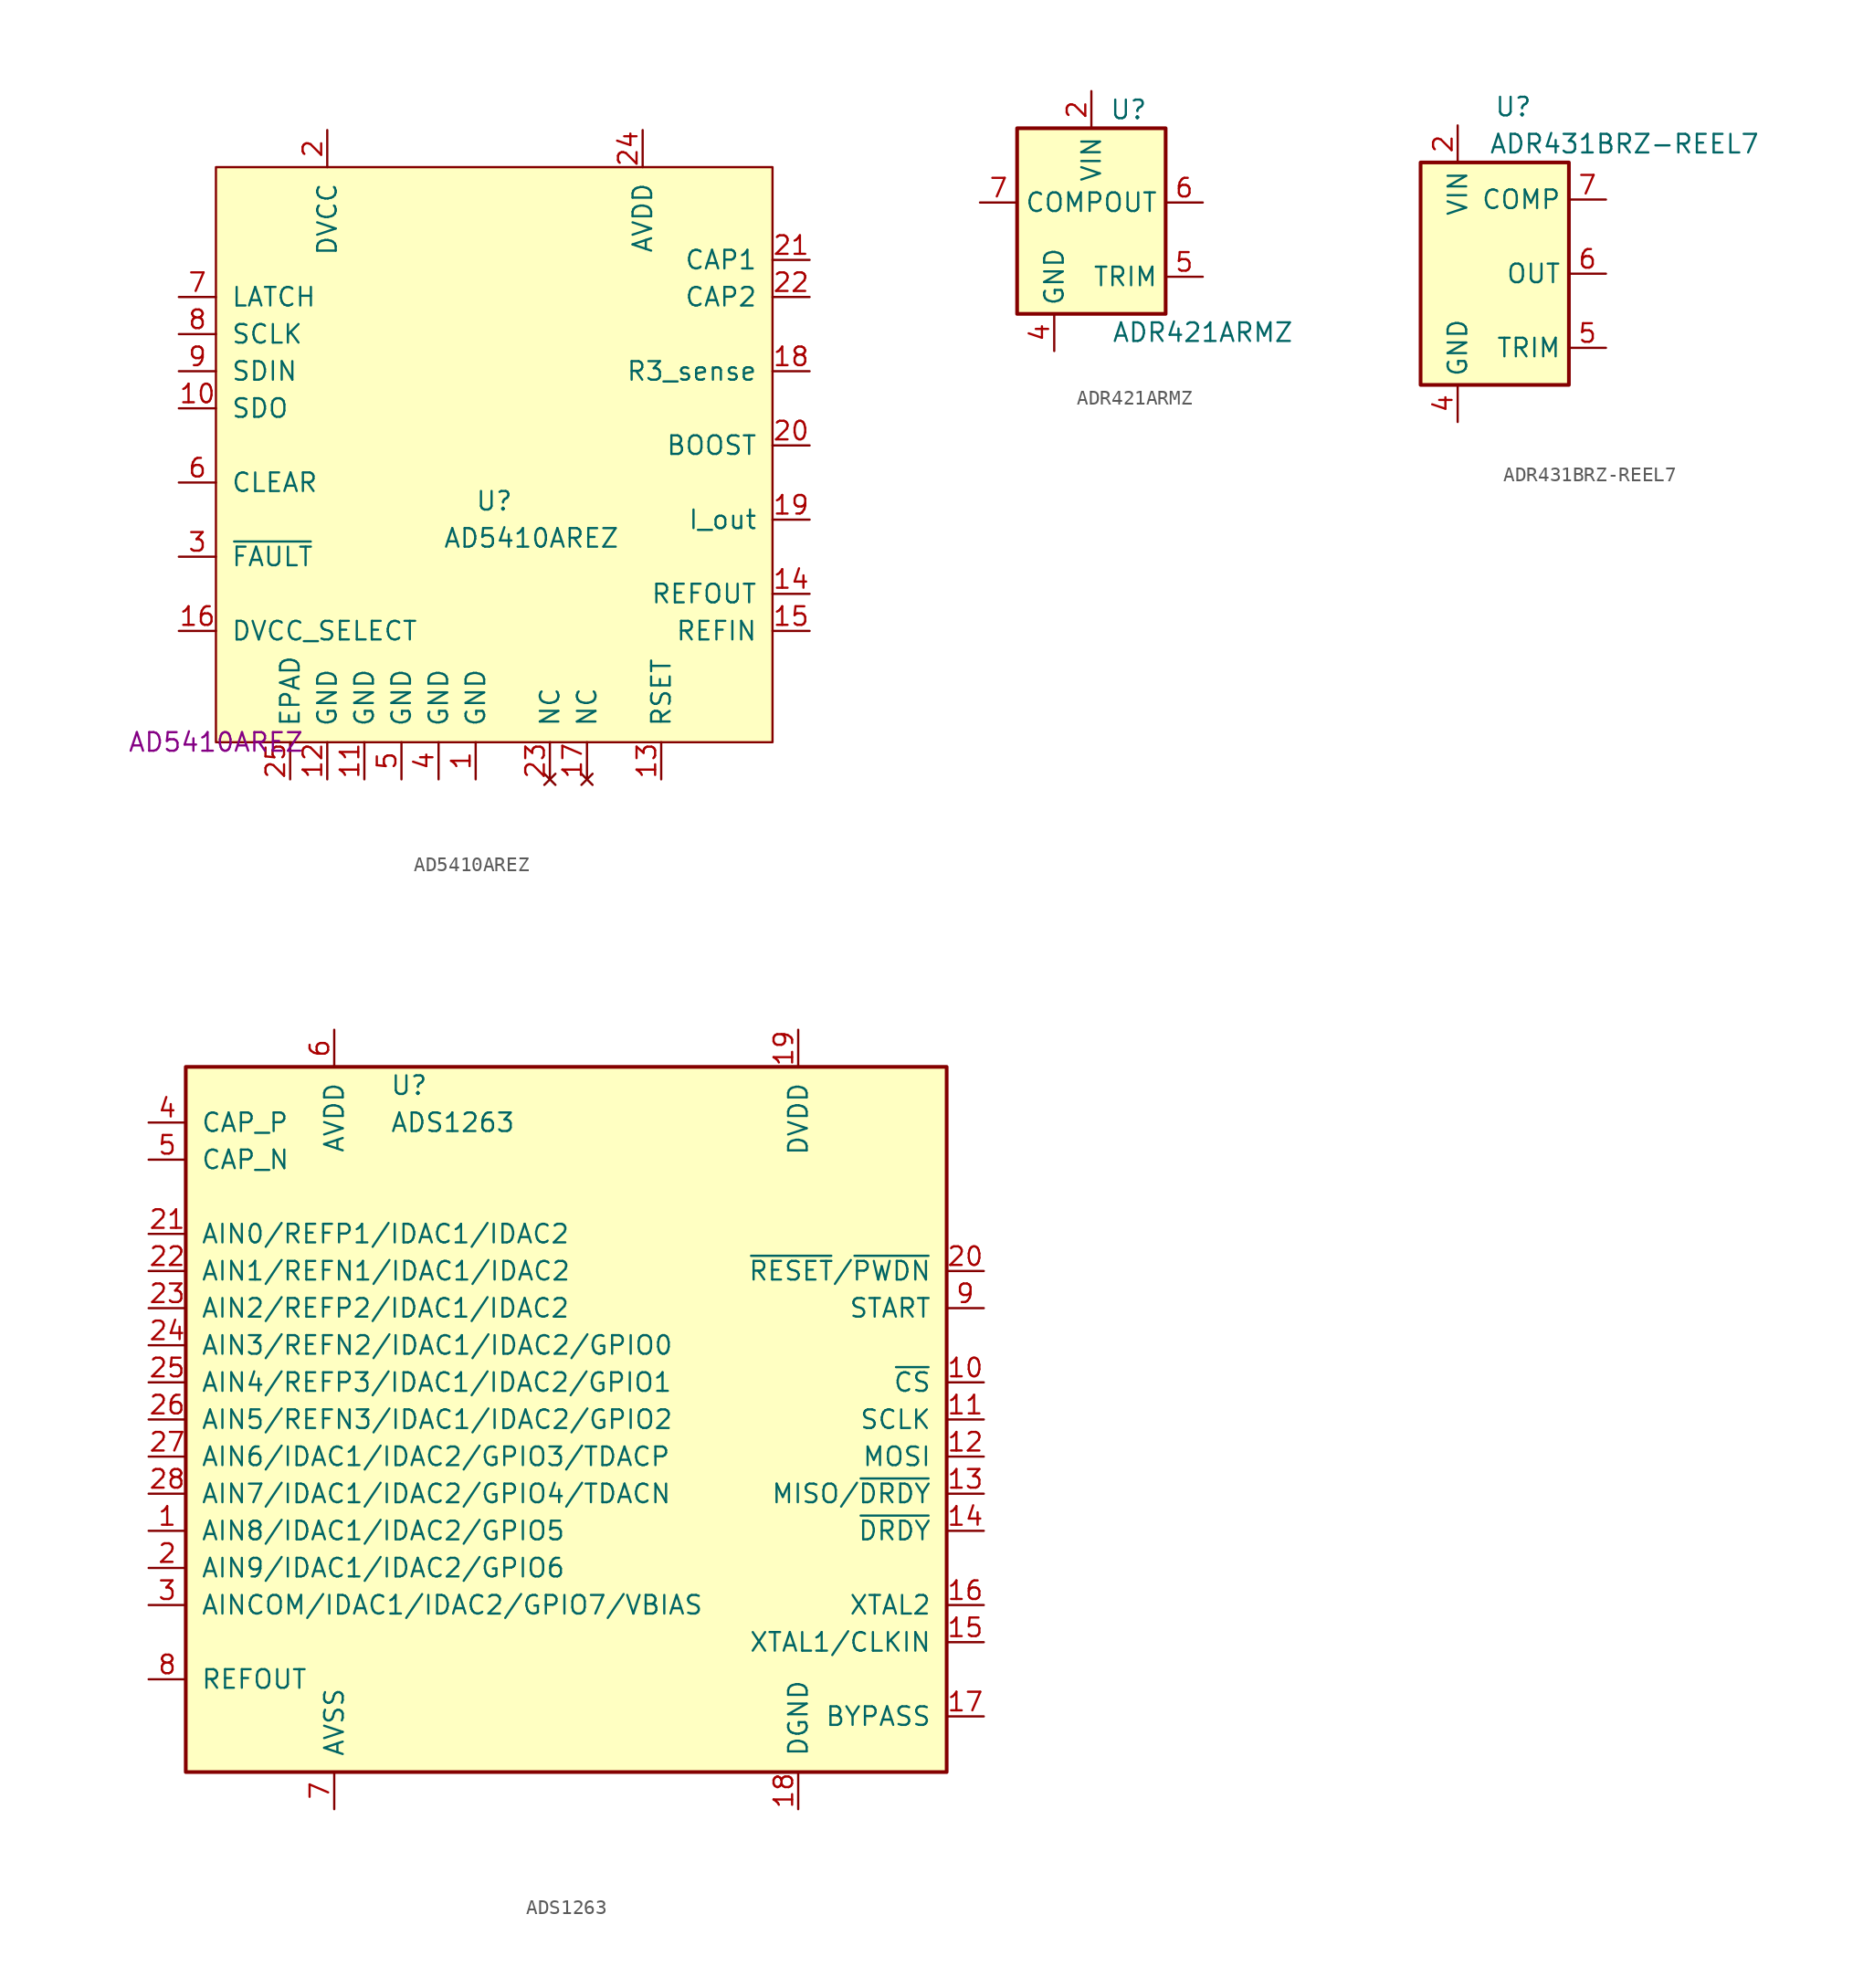
<source format=kicad_sym>
(kicad_symbol_lib
  (version 20220914)
  (generator kicad_symbol_editor)
  (symbol "AD5410AREZ"
    (pin_names
      (offset 1.016))
    (property "Reference" "U"
      (at 19.05 16.51 0)
      (effects (font (size 1.27 1.27))))
    (property "Value" "AD5410AREZ"
      (at 21.59 13.97 0)
      (effects (font (size 1.27 1.27))))
    (property "MPN" "AD5410AREZ"
      (at 0 0 0)
      (effects (font (size 1.27 1.27))))
    (symbol "AD5410AREZ_0_0"
      (pin output line (at 40.64 25.4 180) (length 2.54) (name "R3_sense" (effects (font (size 1.27 1.27)))) (number "18" (effects (font (size 1.27 1.27))))))
    (symbol "AD5410AREZ_0_1"
      (rectangle (start 0 39.37) (end 38.1 0) (stroke (width 0) (type default)) (fill (type background))))
    (symbol "AD5410AREZ_1_1"
      (pin power_in line (at 17.78 -2.54 90) (length 2.54) (name "GND" (effects (font (size 1.27 1.27)))) (number "1" (effects (font (size 1.27 1.27)))))
      (pin input line (at -2.54 22.86 0) (length 2.54) (name "SDO" (effects (font (size 1.27 1.27)))) (number "10" (effects (font (size 1.27 1.27)))))
      (pin power_in line (at 10.16 -2.54 90) (length 2.54) (name "GND" (effects (font (size 1.27 1.27)))) (number "11" (effects (font (size 1.27 1.27)))))
      (pin power_in line (at 7.62 -2.54 90) (length 2.54) (name "GND" (effects (font (size 1.27 1.27)))) (number "12" (effects (font (size 1.27 1.27)))))
      (pin passive line (at 30.48 -2.54 90) (length 2.54) (name "RSET" (effects (font (size 1.27 1.27)))) (number "13" (effects (font (size 1.27 1.27)))))
      (pin output line (at 40.64 10.16 180) (length 2.54) (name "REFOUT" (effects (font (size 1.27 1.27)))) (number "14" (effects (font (size 1.27 1.27)))))
      (pin input line (at 40.64 7.62 180) (length 2.54) (name "REFIN" (effects (font (size 1.27 1.27)))) (number "15" (effects (font (size 1.27 1.27)))))
      (pin input line (at -2.54 7.62 0) (length 2.54) (name "DVCC_SELECT" (effects (font (size 1.27 1.27)))) (number "16" (effects (font (size 1.27 1.27)))))
      (pin no_connect line (at 25.4 -2.54 90) (length 2.54) (name "NC" (effects (font (size 1.27 1.27)))) (number "17" (effects (font (size 1.27 1.27)))))
      (pin output line (at 40.64 15.24 180) (length 2.54) (name "I_out" (effects (font (size 1.27 1.27)))) (number "19" (effects (font (size 1.27 1.27)))))
      (pin power_in line (at 7.62 41.91 270) (length 2.54) (name "DVCC" (effects (font (size 1.27 1.27)))) (number "2" (effects (font (size 1.27 1.27)))))
      (pin output line (at 40.64 20.32 180) (length 2.54) (name "BOOST" (effects (font (size 1.27 1.27)))) (number "20" (effects (font (size 1.27 1.27)))))
      (pin passive line (at 40.64 33.02 180) (length 2.54) (name "CAP1" (effects (font (size 1.27 1.27)))) (number "21" (effects (font (size 1.27 1.27)))))
      (pin passive line (at 40.64 30.48 180) (length 2.54) (name "CAP2" (effects (font (size 1.27 1.27)))) (number "22" (effects (font (size 1.27 1.27)))))
      (pin no_connect line (at 22.86 -2.54 90) (length 2.54) (name "NC" (effects (font (size 1.27 1.27)))) (number "23" (effects (font (size 1.27 1.27)))))
      (pin power_in line (at 29.21 41.91 270) (length 2.54) (name "AVDD" (effects (font (size 1.27 1.27)))) (number "24" (effects (font (size 1.27 1.27)))))
      (pin power_in line (at 5.08 -2.54 90) (length 2.54) (name "EPAD" (effects (font (size 1.27 1.27)))) (number "25" (effects (font (size 1.27 1.27)))))
      (pin open_collector line (at -2.54 12.7 0) (length 2.54) (name "~{FAULT}" (effects (font (size 1.27 1.27)))) (number "3" (effects (font (size 1.27 1.27)))))
      (pin power_in line (at 15.24 -2.54 90) (length 2.54) (name "GND" (effects (font (size 1.27 1.27)))) (number "4" (effects (font (size 1.27 1.27)))))
      (pin power_in line (at 12.7 -2.54 90) (length 2.54) (name "GND" (effects (font (size 1.27 1.27)))) (number "5" (effects (font (size 1.27 1.27)))))
      (pin input line (at -2.54 17.78 0) (length 2.54) (name "CLEAR" (effects (font (size 1.27 1.27)))) (number "6" (effects (font (size 1.27 1.27)))))
      (pin input line (at -2.54 30.48 0) (length 2.54) (name "LATCH" (effects (font (size 1.27 1.27)))) (number "7" (effects (font (size 1.27 1.27)))))
      (pin input line (at -2.54 27.94 0) (length 2.54) (name "SCLK" (effects (font (size 1.27 1.27)))) (number "8" (effects (font (size 1.27 1.27)))))
      (pin input line (at -2.54 25.4 0) (length 2.54) (name "SDIN" (effects (font (size 1.27 1.27)))) (number "9" (effects (font (size 1.27 1.27)))))))
  (symbol "ADR421ARMZ"
    (property "Reference" "U"
      (at 2.54 8.89 0)
      (effects (font (size 1.27 1.27))))
    (property "Value" "ADR421ARMZ"
      (at 7.62 -6.35 0)
      (effects (font (size 1.27 1.27))))
    (symbol "ADR421ARMZ_0_1"
      (rectangle (start 5.08 -5.08) (end -5.08 7.62) (stroke (width 0.254) (type default)) (fill (type background)))
      (pin no_connect line (at -5.08 0 0) (length 2.54) hide (name "TP" (effects (font (size 1.27 1.27)))) (number "1" (effects (font (size 1.27 1.27)))))
      (pin power_in line (at 0 10.16 270) (length 2.54) (name "VIN" (effects (font (size 1.27 1.27)))) (number "2" (effects (font (size 1.27 1.27)))))
      (pin no_connect line (at 5.08 0 180) (length 2.54) hide (name "NC" (effects (font (size 1.27 1.27)))) (number "3" (effects (font (size 1.27 1.27)))))
      (pin power_in line (at -2.54 -7.62 90) (length 2.54) (name "GND" (effects (font (size 1.27 1.27)))) (number "4" (effects (font (size 1.27 1.27)))))
      (pin passive line (at 7.62 -2.54 180) (length 2.54) (name "TRIM" (effects (font (size 1.27 1.27)))) (number "5" (effects (font (size 1.27 1.27)))))
      (pin output line (at 7.62 2.54 180) (length 2.54) (name "OUT" (effects (font (size 1.27 1.27)))) (number "6" (effects (font (size 1.27 1.27)))))
      (pin passive line (at -7.62 2.54 0) (length 2.54) (name "COMP" (effects (font (size 1.27 1.27)))) (number "7" (effects (font (size 1.27 1.27)))))
      (pin no_connect line (at -5.08 -2.54 0) (length 2.54) hide (name "TP" (effects (font (size 1.27 1.27)))) (number "8" (effects (font (size 1.27 1.27)))))))
  (symbol "ADR431BRZ-REEL7"
    (property "Reference" "U"
      (at 1.27 13.97 0)
      (effects (font (size 1.27 1.27))))
    (property "Value" "ADR431BRZ-REEL7"
      (at 8.89 11.43 0)
      (effects (font (size 1.27 1.27))))
    (symbol "ADR431BRZ-REEL7_0_1"
      (rectangle (start 5.08 -5.08) (end -5.08 10.16) (stroke (width 0.254) (type default)) (fill (type background)))
      (pin no_connect line (at -5.08 0 0) (length 2.54) hide (name "TP" (effects (font (size 1.27 1.27)))) (number "1" (effects (font (size 1.27 1.27)))))
      (pin power_in line (at -2.54 12.7 270) (length 2.54) (name "VIN" (effects (font (size 1.27 1.27)))) (number "2" (effects (font (size 1.27 1.27)))))
      (pin no_connect line (at 5.08 0 180) (length 2.54) hide (name "NC" (effects (font (size 1.27 1.27)))) (number "3" (effects (font (size 1.27 1.27)))))
      (pin power_in line (at -2.54 -7.62 90) (length 2.54) (name "GND" (effects (font (size 1.27 1.27)))) (number "4" (effects (font (size 1.27 1.27)))))
      (pin passive line (at 7.62 -2.54 180) (length 2.54) (name "TRIM" (effects (font (size 1.27 1.27)))) (number "5" (effects (font (size 1.27 1.27)))))
      (pin output line (at 7.62 2.54 180) (length 2.54) (name "OUT" (effects (font (size 1.27 1.27)))) (number "6" (effects (font (size 1.27 1.27)))))
      (pin passive line (at 7.62 7.62 180) (length 2.54) (name "COMP" (effects (font (size 1.27 1.27)))) (number "7" (effects (font (size 1.27 1.27)))))
      (pin no_connect line (at -5.08 -2.54 0) (length 2.54) hide (name "TP" (effects (font (size 1.27 1.27)))) (number "8" (effects (font (size 1.27 1.27)))))))
  (symbol "ADS1263"
    (pin_names
      (offset 1.016))
    (property "Reference" "U"
      (at -11.43 25.4 0)
      (effects (font (size 1.27 1.27)) (justify left)))
    (property "Value" "ADS1263"
      (at -11.43 22.86 0)
      (effects (font (size 1.27 1.27)) (justify left)))
    (symbol "ADS1263_0_1"
      (rectangle (start -25.4 26.67) (end 26.67 -21.59) (stroke (width 0.254) (type default)) (fill (type background))))
    (symbol "ADS1263_1_1"
      (pin passive line (at -27.94 -5.08 0) (length 2.54) (name "AIN8/IDAC1/IDAC2/GPIO5" (effects (font (size 1.27 1.27)))) (number "1" (effects (font (size 1.27 1.27)))))
      (pin input line (at 29.21 5.08 180) (length 2.54) (name "~{CS}" (effects (font (size 1.27 1.27)))) (number "10" (effects (font (size 1.27 1.27)))))
      (pin input line (at 29.21 2.54 180) (length 2.54) (name "SCLK" (effects (font (size 1.27 1.27)))) (number "11" (effects (font (size 1.27 1.27)))))
      (pin input line (at 29.21 0 180) (length 2.54) (name "MOSI" (effects (font (size 1.27 1.27)))) (number "12" (effects (font (size 1.27 1.27)))))
      (pin output line (at 29.21 -2.54 180) (length 2.54) (name "MISO/~{DRDY}" (effects (font (size 1.27 1.27)))) (number "13" (effects (font (size 1.27 1.27)))))
      (pin output line (at 29.21 -5.08 180) (length 2.54) (name "~{DRDY}" (effects (font (size 1.27 1.27)))) (number "14" (effects (font (size 1.27 1.27)))))
      (pin input line (at 29.21 -12.7 180) (length 2.54) (name "XTAL1/CLKIN" (effects (font (size 1.27 1.27)))) (number "15" (effects (font (size 1.27 1.27)))))
      (pin input line (at 29.21 -10.16 180) (length 2.54) (name "XTAL2" (effects (font (size 1.27 1.27)))) (number "16" (effects (font (size 1.27 1.27)))))
      (pin power_out line (at 29.21 -17.78 180) (length 2.54) (name "BYPASS" (effects (font (size 1.27 1.27)))) (number "17" (effects (font (size 1.27 1.27)))))
      (pin power_in line (at 16.51 -24.13 90) (length 2.54) (name "DGND" (effects (font (size 1.27 1.27)))) (number "18" (effects (font (size 1.27 1.27)))))
      (pin power_in line (at 16.51 29.21 270) (length 2.54) (name "DVDD" (effects (font (size 1.27 1.27)))) (number "19" (effects (font (size 1.27 1.27)))))
      (pin passive line (at -27.94 -7.62 0) (length 2.54) (name "AIN9/IDAC1/IDAC2/GPIO6" (effects (font (size 1.27 1.27)))) (number "2" (effects (font (size 1.27 1.27)))))
      (pin input line (at 29.21 12.7 180) (length 2.54) (name "~{RESET}/~{PWDN}" (effects (font (size 1.27 1.27)))) (number "20" (effects (font (size 1.27 1.27)))))
      (pin passive line (at -27.94 15.24 0) (length 2.54) (name "AIN0/REFP1/IDAC1/IDAC2" (effects (font (size 1.27 1.27)))) (number "21" (effects (font (size 1.27 1.27)))))
      (pin passive line (at -27.94 12.7 0) (length 2.54) (name "AIN1/REFN1/IDAC1/IDAC2" (effects (font (size 1.27 1.27)))) (number "22" (effects (font (size 1.27 1.27)))))
      (pin passive line (at -27.94 10.16 0) (length 2.54) (name "AIN2/REFP2/IDAC1/IDAC2" (effects (font (size 1.27 1.27)))) (number "23" (effects (font (size 1.27 1.27)))))
      (pin passive line (at -27.94 7.62 0) (length 2.54) (name "AIN3/REFN2/IDAC1/IDAC2/GPIO0" (effects (font (size 1.27 1.27)))) (number "24" (effects (font (size 1.27 1.27)))))
      (pin passive line (at -27.94 5.08 0) (length 2.54) (name "AIN4/REFP3/IDAC1/IDAC2/GPIO1" (effects (font (size 1.27 1.27)))) (number "25" (effects (font (size 1.27 1.27)))))
      (pin passive line (at -27.94 2.54 0) (length 2.54) (name "AIN5/REFN3/IDAC1/IDAC2/GPIO2" (effects (font (size 1.27 1.27)))) (number "26" (effects (font (size 1.27 1.27)))))
      (pin passive line (at -27.94 0 0) (length 2.54) (name "AIN6/IDAC1/IDAC2/GPIO3/TDACP" (effects (font (size 1.27 1.27)))) (number "27" (effects (font (size 1.27 1.27)))))
      (pin passive line (at -27.94 -2.54 0) (length 2.54) (name "AIN7/IDAC1/IDAC2/GPIO4/TDACN" (effects (font (size 1.27 1.27)))) (number "28" (effects (font (size 1.27 1.27)))))
      (pin passive line (at -27.94 -10.16 0) (length 2.54) (name "AINCOM/IDAC1/IDAC2/GPIO7/VBIAS" (effects (font (size 1.27 1.27)))) (number "3" (effects (font (size 1.27 1.27)))))
      (pin passive line (at -27.94 22.86 0) (length 2.54) (name "CAP_P" (effects (font (size 1.27 1.27)))) (number "4" (effects (font (size 1.27 1.27)))))
      (pin passive line (at -27.94 20.32 0) (length 2.54) (name "CAP_N" (effects (font (size 1.27 1.27)))) (number "5" (effects (font (size 1.27 1.27)))))
      (pin power_in line (at -15.24 29.21 270) (length 2.54) (name "AVDD" (effects (font (size 1.27 1.27)))) (number "6" (effects (font (size 1.27 1.27)))))
      (pin power_in line (at -15.24 -24.13 90) (length 2.54) (name "AVSS" (effects (font (size 1.27 1.27)))) (number "7" (effects (font (size 1.27 1.27)))))
      (pin power_out line (at -27.94 -15.24 0) (length 2.54) (name "REFOUT" (effects (font (size 1.27 1.27)))) (number "8" (effects (font (size 1.27 1.27)))))
      (pin input line (at 29.21 10.16 180) (length 2.54) (name "START" (effects (font (size 1.27 1.27)))) (number "9" (effects (font (size 1.27 1.27))))))))
</source>
